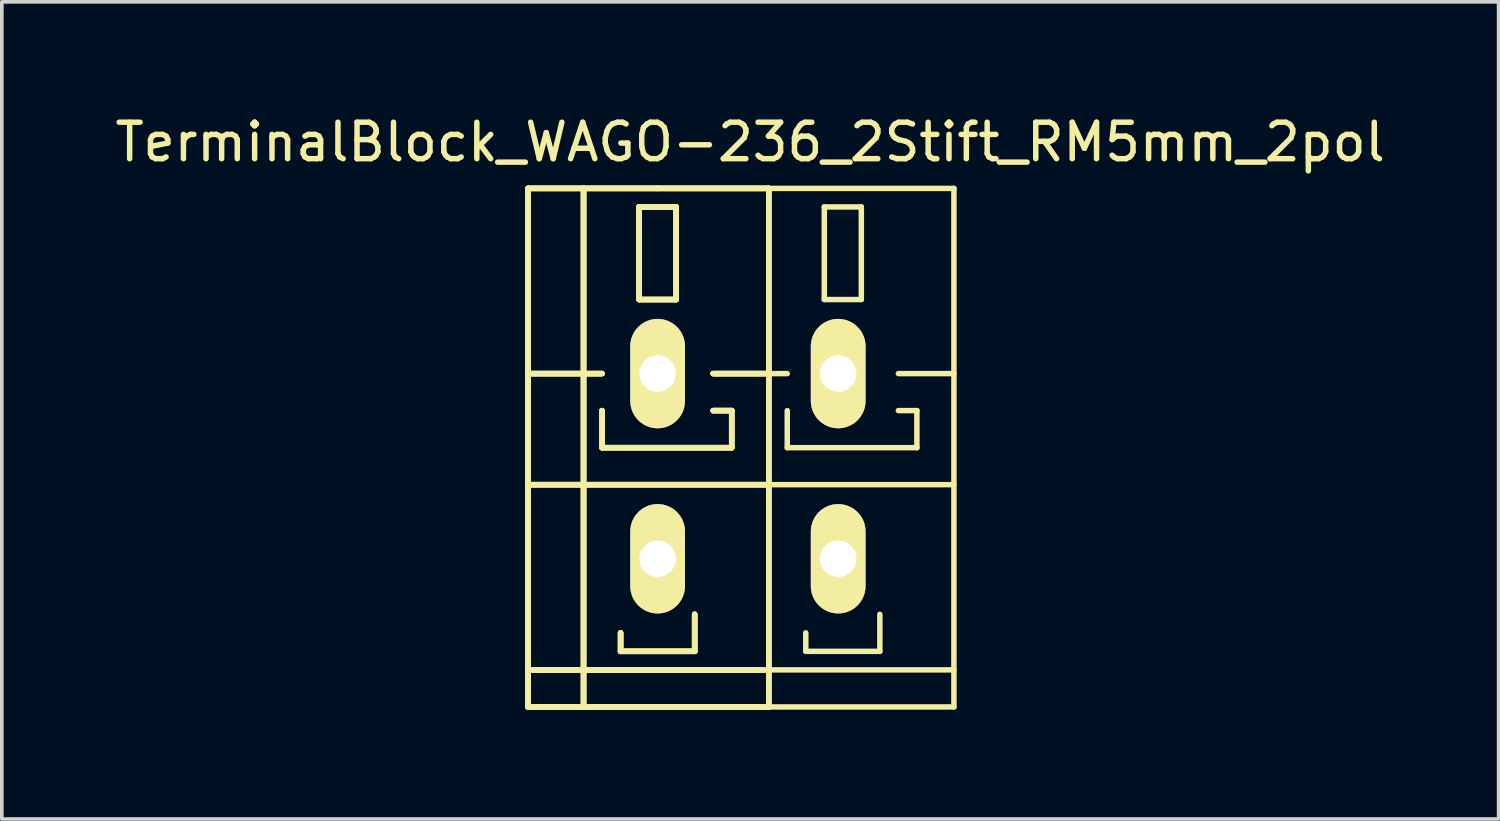
<source format=kicad_pcb>
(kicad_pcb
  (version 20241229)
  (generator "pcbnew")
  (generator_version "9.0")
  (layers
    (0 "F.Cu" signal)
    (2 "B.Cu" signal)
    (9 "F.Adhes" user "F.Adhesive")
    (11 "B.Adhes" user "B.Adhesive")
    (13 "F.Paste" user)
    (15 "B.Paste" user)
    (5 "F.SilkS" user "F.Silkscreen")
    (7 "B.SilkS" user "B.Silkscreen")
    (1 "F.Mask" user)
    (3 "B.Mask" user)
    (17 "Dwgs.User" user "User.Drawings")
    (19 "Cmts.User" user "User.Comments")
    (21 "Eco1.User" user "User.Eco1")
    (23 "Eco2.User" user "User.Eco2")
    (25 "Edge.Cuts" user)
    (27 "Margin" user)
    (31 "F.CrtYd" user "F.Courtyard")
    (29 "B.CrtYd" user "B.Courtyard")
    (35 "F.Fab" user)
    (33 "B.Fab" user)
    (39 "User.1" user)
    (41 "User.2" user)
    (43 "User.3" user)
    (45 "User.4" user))
  (footprint "TerminalBlock_WAGO-236_2Stift_RM5mm_2pol"
    (layer "F.Cu")
    (at 17.53 9.738)
    (property "Reference" "TerminalBlock_WAGO-236_2Stift_RM5mm_2pol" (at 0 -8.89 0) (layer "F.SilkS") (effects (font (size 1 1) (thickness 0.15))))
    (attr through_hole)
    (fp_line (start -6.096 -7.62) (end -4.572 -7.62) (stroke (width 0.15) (type solid)) (layer "F.SilkS"))
    (fp_line (start -6.096 -7.62) (end -4.572 -7.62) (stroke (width 0.15) (type solid)) (layer "F.SilkS"))
    (fp_line (start -6.096 -7.62) (end -4.572 -7.62) (stroke (width 0.15) (type solid)) (layer "F.SilkS"))
    (fp_line (start -6.096 -7.62) (end -4.572 -7.62) (stroke (width 0.15) (type solid)) (layer "F.SilkS"))
    (fp_line (start -6.096 -2.54) (end -4.064 -2.54) (stroke (width 0.15) (type solid)) (layer "F.SilkS"))
    (fp_line (start -6.096 -2.54) (end -4.064 -2.54) (stroke (width 0.15) (type solid)) (layer "F.SilkS"))
    (fp_line (start -6.096 -2.54) (end -4.064 -2.54) (stroke (width 0.15) (type solid)) (layer "F.SilkS"))
    (fp_line (start -6.096 -2.54) (end -4.064 -2.54) (stroke (width 0.15) (type solid)) (layer "F.SilkS"))
    (fp_line (start -6.096 0.508) (end 0.508 0.508) (stroke (width 0.15) (type solid)) (layer "F.SilkS"))
    (fp_line (start -6.096 0.508) (end 0.508 0.508) (stroke (width 0.15) (type solid)) (layer "F.SilkS"))
    (fp_line (start -6.096 0.508) (end 0.508 0.508) (stroke (width 0.15) (type solid)) (layer "F.SilkS"))
    (fp_line (start -6.096 0.508) (end 0.508 0.508) (stroke (width 0.15) (type solid)) (layer "F.SilkS"))
    (fp_line (start -6.096 5.588) (end 0.508 5.588) (stroke (width 0.15) (type solid)) (layer "F.SilkS"))
    (fp_line (start -6.096 5.588) (end 0.508 5.588) (stroke (width 0.15) (type solid)) (layer "F.SilkS"))
    (fp_line (start -6.096 5.588) (end 0.508 5.588) (stroke (width 0.15) (type solid)) (layer "F.SilkS"))
    (fp_line (start -6.096 5.588) (end 0.508 5.588) (stroke (width 0.15) (type solid)) (layer "F.SilkS"))
    (fp_line (start -6.096 6.604) (end -6.096 -7.62) (stroke (width 0.15) (type solid)) (layer "F.SilkS"))
    (fp_line (start -6.096 6.604) (end -6.096 -7.62) (stroke (width 0.15) (type solid)) (layer "F.SilkS"))
    (fp_line (start -6.096 6.604) (end -6.096 -7.62) (stroke (width 0.15) (type solid)) (layer "F.SilkS"))
    (fp_line (start -6.096 6.604) (end -6.096 -7.62) (stroke (width 0.15) (type solid)) (layer "F.SilkS"))
    (fp_line (start -4.572 -7.62) (end -2.54 -7.62) (stroke (width 0.15) (type solid)) (layer "F.SilkS"))
    (fp_line (start -4.572 -7.62) (end -2.54 -7.62) (stroke (width 0.15) (type solid)) (layer "F.SilkS"))
    (fp_line (start -4.572 -7.62) (end -2.54 -7.62) (stroke (width 0.15) (type solid)) (layer "F.SilkS"))
    (fp_line (start -4.572 -7.62) (end -2.54 -7.62) (stroke (width 0.15) (type solid)) (layer "F.SilkS"))
    (fp_line (start -4.572 6.604) (end -6.096 6.604) (stroke (width 0.15) (type solid)) (layer "F.SilkS"))
    (fp_line (start -4.572 6.604) (end -6.096 6.604) (stroke (width 0.15) (type solid)) (layer "F.SilkS"))
    (fp_line (start -4.572 6.604) (end -6.096 6.604) (stroke (width 0.15) (type solid)) (layer "F.SilkS"))
    (fp_line (start -4.572 6.604) (end -6.096 6.604) (stroke (width 0.15) (type solid)) (layer "F.SilkS"))
    (fp_line (start -4.572 6.604) (end -4.572 -7.62) (stroke (width 0.15) (type solid)) (layer "F.SilkS"))
    (fp_line (start -4.572 6.604) (end -4.572 -7.62) (stroke (width 0.15) (type solid)) (layer "F.SilkS"))
    (fp_line (start -4.572 6.604) (end -4.572 -7.62) (stroke (width 0.15) (type solid)) (layer "F.SilkS"))
    (fp_line (start -4.572 6.604) (end -4.572 -7.62) (stroke (width 0.15) (type solid)) (layer "F.SilkS"))
    (fp_line (start -4.064 -1.524) (end -4.064 -0.508) (stroke (width 0.15) (type solid)) (layer "F.SilkS"))
    (fp_line (start -4.064 -1.524) (end -4.064 -0.508) (stroke (width 0.15) (type solid)) (layer "F.SilkS"))
    (fp_line (start -4.064 -1.524) (end -4.064 -0.508) (stroke (width 0.15) (type solid)) (layer "F.SilkS"))
    (fp_line (start -4.064 -1.524) (end -4.064 -0.508) (stroke (width 0.15) (type solid)) (layer "F.SilkS"))
    (fp_line (start -4.064 -0.508) (end -0.508 -0.508) (stroke (width 0.15) (type solid)) (layer "F.SilkS"))
    (fp_line (start -4.064 -0.508) (end -0.508 -0.508) (stroke (width 0.15) (type solid)) (layer "F.SilkS"))
    (fp_line (start -4.064 -0.508) (end -0.508 -0.508) (stroke (width 0.15) (type solid)) (layer "F.SilkS"))
    (fp_line (start -4.064 -0.508) (end -0.508 -0.508) (stroke (width 0.15) (type solid)) (layer "F.SilkS"))
    (fp_line (start -3.556 4.572) (end -3.556 5.08) (stroke (width 0.15) (type solid)) (layer "F.SilkS"))
    (fp_line (start -3.556 4.572) (end -3.556 5.08) (stroke (width 0.15) (type solid)) (layer "F.SilkS"))
    (fp_line (start -3.556 4.572) (end -3.556 5.08) (stroke (width 0.15) (type solid)) (layer "F.SilkS"))
    (fp_line (start -3.556 4.572) (end -3.556 5.08) (stroke (width 0.15) (type solid)) (layer "F.SilkS"))
    (fp_line (start -3.556 5.08) (end -1.524 5.08) (stroke (width 0.15) (type solid)) (layer "F.SilkS"))
    (fp_line (start -3.556 5.08) (end -1.524 5.08) (stroke (width 0.15) (type solid)) (layer "F.SilkS"))
    (fp_line (start -3.556 5.08) (end -1.524 5.08) (stroke (width 0.15) (type solid)) (layer "F.SilkS"))
    (fp_line (start -3.556 5.08) (end -1.524 5.08) (stroke (width 0.15) (type solid)) (layer "F.SilkS"))
    (fp_line (start -3.048 -7.112) (end -2.032 -7.112) (stroke (width 0.15) (type solid)) (layer "F.SilkS"))
    (fp_line (start -3.048 -7.112) (end -2.032 -7.112) (stroke (width 0.15) (type solid)) (layer "F.SilkS"))
    (fp_line (start -3.048 -7.112) (end -2.032 -7.112) (stroke (width 0.15) (type solid)) (layer "F.SilkS"))
    (fp_line (start -3.048 -7.112) (end -2.032 -7.112) (stroke (width 0.15) (type solid)) (layer "F.SilkS"))
    (fp_line (start -3.048 -4.572) (end -3.048 -7.112) (stroke (width 0.15) (type solid)) (layer "F.SilkS"))
    (fp_line (start -3.048 -4.572) (end -3.048 -7.112) (stroke (width 0.15) (type solid)) (layer "F.SilkS"))
    (fp_line (start -3.048 -4.572) (end -3.048 -7.112) (stroke (width 0.15) (type solid)) (layer "F.SilkS"))
    (fp_line (start -3.048 -4.572) (end -3.048 -7.112) (stroke (width 0.15) (type solid)) (layer "F.SilkS"))
    (fp_line (start -2.54 -7.62) (end 0.508 -7.62) (stroke (width 0.15) (type solid)) (layer "F.SilkS"))
    (fp_line (start -2.54 -7.62) (end 0.508 -7.62) (stroke (width 0.15) (type solid)) (layer "F.SilkS"))
    (fp_line (start -2.54 -7.62) (end 0.508 -7.62) (stroke (width 0.15) (type solid)) (layer "F.SilkS"))
    (fp_line (start -2.54 -7.62) (end 0.508 -7.62) (stroke (width 0.15) (type solid)) (layer "F.SilkS"))
    (fp_line (start -2.032 -7.112) (end -2.032 -4.572) (stroke (width 0.15) (type solid)) (layer "F.SilkS"))
    (fp_line (start -2.032 -7.112) (end -2.032 -4.572) (stroke (width 0.15) (type solid)) (layer "F.SilkS"))
    (fp_line (start -2.032 -7.112) (end -2.032 -4.572) (stroke (width 0.15) (type solid)) (layer "F.SilkS"))
    (fp_line (start -2.032 -7.112) (end -2.032 -4.572) (stroke (width 0.15) (type solid)) (layer "F.SilkS"))
    (fp_line (start -2.032 -4.572) (end -3.048 -4.572) (stroke (width 0.15) (type solid)) (layer "F.SilkS"))
    (fp_line (start -2.032 -4.572) (end -3.048 -4.572) (stroke (width 0.15) (type solid)) (layer "F.SilkS"))
    (fp_line (start -2.032 -4.572) (end -3.048 -4.572) (stroke (width 0.15) (type solid)) (layer "F.SilkS"))
    (fp_line (start -2.032 -4.572) (end -3.048 -4.572) (stroke (width 0.15) (type solid)) (layer "F.SilkS"))
    (fp_line (start -1.524 5.08) (end -1.524 4.064) (stroke (width 0.15) (type solid)) (layer "F.SilkS"))
    (fp_line (start -1.524 5.08) (end -1.524 4.064) (stroke (width 0.15) (type solid)) (layer "F.SilkS"))
    (fp_line (start -1.524 5.08) (end -1.524 4.064) (stroke (width 0.15) (type solid)) (layer "F.SilkS"))
    (fp_line (start -1.524 5.08) (end -1.524 4.064) (stroke (width 0.15) (type solid)) (layer "F.SilkS"))
    (fp_line (start -1.016 -2.54) (end 0.508 -2.54) (stroke (width 0.15) (type solid)) (layer "F.SilkS"))
    (fp_line (start -1.016 -2.54) (end 0.508 -2.54) (stroke (width 0.15) (type solid)) (layer "F.SilkS"))
    (fp_line (start -1.016 -2.54) (end 0.508 -2.54) (stroke (width 0.15) (type solid)) (layer "F.SilkS"))
    (fp_line (start -1.016 -2.54) (end 0.508 -2.54) (stroke (width 0.15) (type solid)) (layer "F.SilkS"))
    (fp_line (start -0.508 -1.524) (end -1.016 -1.524) (stroke (width 0.15) (type solid)) (layer "F.SilkS"))
    (fp_line (start -0.508 -1.524) (end -1.016 -1.524) (stroke (width 0.15) (type solid)) (layer "F.SilkS"))
    (fp_line (start -0.508 -1.524) (end -1.016 -1.524) (stroke (width 0.15) (type solid)) (layer "F.SilkS"))
    (fp_line (start -0.508 -1.524) (end -1.016 -1.524) (stroke (width 0.15) (type solid)) (layer "F.SilkS"))
    (fp_line (start -0.508 -0.508) (end -0.508 -1.524) (stroke (width 0.15) (type solid)) (layer "F.SilkS"))
    (fp_line (start -0.508 -0.508) (end -0.508 -1.524) (stroke (width 0.15) (type solid)) (layer "F.SilkS"))
    (fp_line (start -0.508 -0.508) (end -0.508 -1.524) (stroke (width 0.15) (type solid)) (layer "F.SilkS"))
    (fp_line (start -0.508 -0.508) (end -0.508 -1.524) (stroke (width 0.15) (type solid)) (layer "F.SilkS"))
    (fp_line (start 0.508 -7.62) (end 0.508 6.604) (stroke (width 0.15) (type solid)) (layer "F.SilkS"))
    (fp_line (start 0.508 -7.62) (end 0.508 6.604) (stroke (width 0.15) (type solid)) (layer "F.SilkS"))
    (fp_line (start 0.508 -7.62) (end 0.508 6.604) (stroke (width 0.15) (type solid)) (layer "F.SilkS"))
    (fp_line (start 0.508 -7.62) (end 0.508 6.604) (stroke (width 0.15) (type solid)) (layer "F.SilkS"))
    (fp_line (start 0.508 -2.54) (end 1.016 -2.54) (stroke (width 0.15) (type solid)) (layer "F.SilkS"))
    (fp_line (start 0.508 0.508) (end 5.588 0.508) (stroke (width 0.15) (type solid)) (layer "F.SilkS"))
    (fp_line (start 0.508 5.588) (end 5.588 5.588) (stroke (width 0.15) (type solid)) (layer "F.SilkS"))
    (fp_line (start 0.508 6.604) (end -4.572 6.604) (stroke (width 0.15) (type solid)) (layer "F.SilkS"))
    (fp_line (start 0.508 6.604) (end -4.572 6.604) (stroke (width 0.15) (type solid)) (layer "F.SilkS"))
    (fp_line (start 0.508 6.604) (end -4.572 6.604) (stroke (width 0.15) (type solid)) (layer "F.SilkS"))
    (fp_line (start 0.508 6.604) (end -4.572 6.604) (stroke (width 0.15) (type solid)) (layer "F.SilkS"))
    (fp_line (start 0.508 6.604) (end 5.588 6.604) (stroke (width 0.15) (type solid)) (layer "F.SilkS"))
    (fp_line (start 1.016 -1.524) (end 1.016 -0.508) (stroke (width 0.15) (type solid)) (layer "F.SilkS"))
    (fp_line (start 1.016 -0.508) (end 4.572 -0.508) (stroke (width 0.15) (type solid)) (layer "F.SilkS"))
    (fp_line (start 1.524 4.572) (end 1.524 5.08) (stroke (width 0.15) (type solid)) (layer "F.SilkS"))
    (fp_line (start 1.524 5.08) (end 3.556 5.08) (stroke (width 0.15) (type solid)) (layer "F.SilkS"))
    (fp_line (start 2.032 -7.112) (end 2.032 -4.572) (stroke (width 0.15) (type solid)) (layer "F.SilkS"))
    (fp_line (start 2.032 -4.572) (end 3.048 -4.572) (stroke (width 0.15) (type solid)) (layer "F.SilkS"))
    (fp_line (start 3.048 -7.112) (end 2.032 -7.112) (stroke (width 0.15) (type solid)) (layer "F.SilkS"))
    (fp_line (start 3.048 -4.572) (end 3.048 -7.112) (stroke (width 0.15) (type solid)) (layer "F.SilkS"))
    (fp_line (start 3.556 5.08) (end 3.556 4.064) (stroke (width 0.15) (type solid)) (layer "F.SilkS"))
    (fp_line (start 4.064 -2.54) (end 5.588 -2.54) (stroke (width 0.15) (type solid)) (layer "F.SilkS"))
    (fp_line (start 4.572 -1.524) (end 4.064 -1.524) (stroke (width 0.15) (type solid)) (layer "F.SilkS"))
    (fp_line (start 4.572 -0.508) (end 4.572 -1.524) (stroke (width 0.15) (type solid)) (layer "F.SilkS"))
    (fp_line (start 5.588 -7.62) (end 0.508 -7.62) (stroke (width 0.15) (type solid)) (layer "F.SilkS"))
    (fp_line (start 5.588 6.604) (end 5.588 -7.62) (stroke (width 0.15) (type solid)) (layer "F.SilkS"))
    (pad "1" thru_hole oval (at -2.54 -2.54 90) (size 3 1.501) (drill 1.001) (layers "*.Cu" "*.Mask" "F.SilkS"))
    (pad "1" thru_hole oval (at -2.54 2.54 90) (size 3 1.501) (drill 1.001) (layers "*.Cu" "*.Mask" "F.SilkS"))
    (pad "2" thru_hole oval (at 2.413 -2.54 90) (size 3 1.501) (drill 1.001) (layers "*.Cu" "*.Mask" "F.SilkS"))
    (pad "2" thru_hole oval (at 2.413 2.54 90) (size 3 1.501) (drill 1.001) (layers "*.Cu" "*.Mask" "F.SilkS")))
  (gr_rect
    (start -3 -3)
    (end 38.06 19.417)
    (stroke (width 0.1) (type default))
    (fill no)
    (layer "Edge.Cuts")))
</source>
